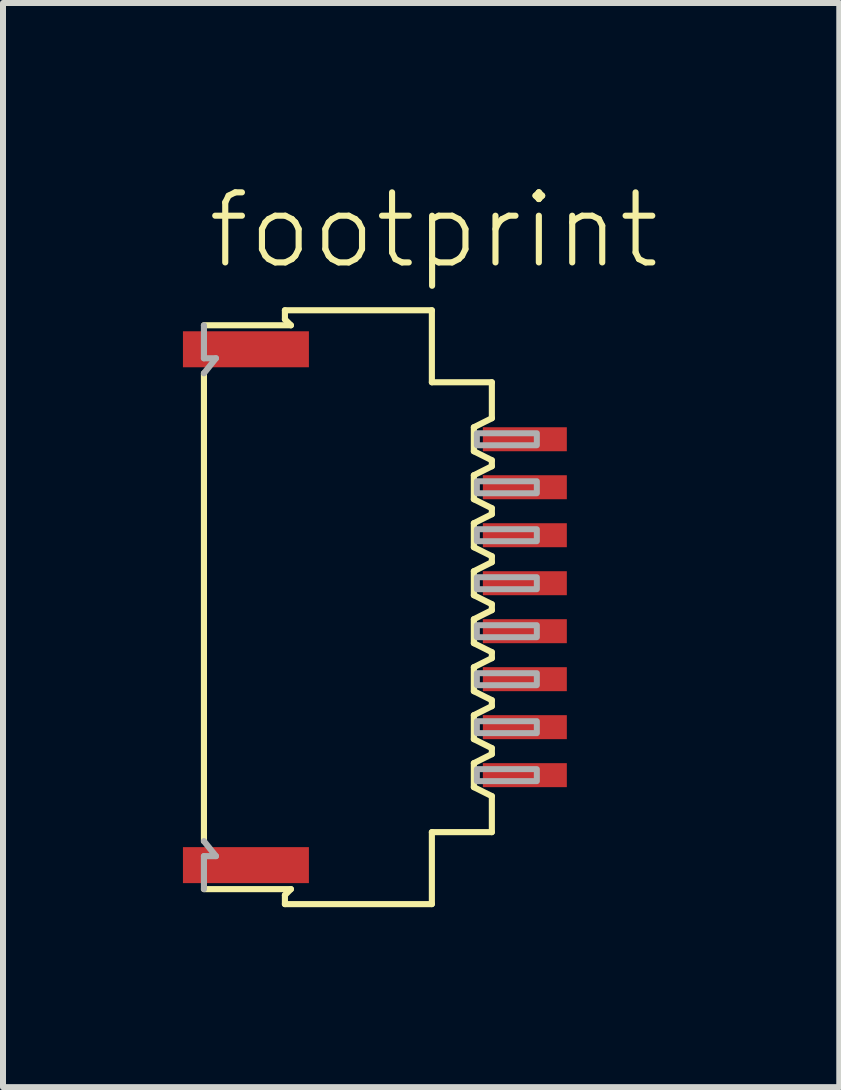
<source format=kicad_pcb>
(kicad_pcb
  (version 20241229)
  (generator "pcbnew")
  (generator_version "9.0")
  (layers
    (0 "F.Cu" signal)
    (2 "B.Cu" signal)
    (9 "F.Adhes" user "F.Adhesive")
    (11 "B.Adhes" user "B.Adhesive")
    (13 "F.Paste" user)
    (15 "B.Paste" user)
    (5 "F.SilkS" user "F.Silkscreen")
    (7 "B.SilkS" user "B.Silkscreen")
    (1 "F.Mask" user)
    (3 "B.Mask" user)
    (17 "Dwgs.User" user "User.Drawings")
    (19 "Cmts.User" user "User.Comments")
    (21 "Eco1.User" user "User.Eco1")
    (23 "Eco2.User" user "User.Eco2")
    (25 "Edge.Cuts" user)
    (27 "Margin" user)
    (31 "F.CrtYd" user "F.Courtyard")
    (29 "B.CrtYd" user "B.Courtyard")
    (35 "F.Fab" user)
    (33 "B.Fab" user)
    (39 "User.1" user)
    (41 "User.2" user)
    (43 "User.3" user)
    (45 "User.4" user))
  (footprint "footprint"
    (layer "F.Cu")
    (at 3.16 7.073)
    (property "Reference" "footprint" (at -2.8 -5.6 0) (layer "F.SilkS") (effects (font (size 1.168 1.168) (thickness 0.102)) (justify left bottom)))
    (fp_line (start -2.81 -3.9) (end -2.81 3.9) (stroke (width 0.102) (type solid)) (layer "F.SilkS"))
    (fp_line (start -1.46 -4.95) (end -1.46 -4.8) (stroke (width 0.102) (type solid)) (layer "F.SilkS"))
    (fp_line (start -1.46 -4.8) (end -1.36 -4.7) (stroke (width 0.102) (type solid)) (layer "F.SilkS"))
    (fp_line (start -1.46 4.8) (end -1.46 4.95) (stroke (width 0.102) (type solid)) (layer "F.SilkS"))
    (fp_line (start -1.36 -4.7) (end -2.81 -4.7) (stroke (width 0.102) (type solid)) (layer "F.SilkS"))
    (fp_line (start -1.36 4.7) (end -2.81 4.7) (stroke (width 0.102) (type solid)) (layer "F.SilkS"))
    (fp_line (start -1.36 4.7) (end -1.46 4.8) (stroke (width 0.102) (type solid)) (layer "F.SilkS"))
    (fp_line (start 0.99 -4.95) (end -1.46 -4.95) (stroke (width 0.102) (type solid)) (layer "F.SilkS"))
    (fp_line (start 0.99 -3.75) (end 0.99 -4.95) (stroke (width 0.102) (type solid)) (layer "F.SilkS"))
    (fp_line (start 0.99 3.75) (end 1.99 3.75) (stroke (width 0.102) (type solid)) (layer "F.SilkS"))
    (fp_line (start 0.99 4.95) (end -1.46 4.95) (stroke (width 0.102) (type solid)) (layer "F.SilkS"))
    (fp_line (start 0.99 4.95) (end 0.99 3.75) (stroke (width 0.102) (type solid)) (layer "F.SilkS"))
    (fp_line (start 1.69 -3) (end 1.99 -3.15) (stroke (width 0.102) (type solid)) (layer "F.SilkS"))
    (fp_line (start 1.69 -2.6) (end 1.69 -3) (stroke (width 0.102) (type solid)) (layer "F.SilkS"))
    (fp_line (start 1.69 -2.2) (end 1.69 -1.8) (stroke (width 0.102) (type solid)) (layer "F.SilkS"))
    (fp_line (start 1.69 -1.8) (end 1.99 -1.65) (stroke (width 0.102) (type solid)) (layer "F.SilkS"))
    (fp_line (start 1.69 -1) (end 1.69 -1.4) (stroke (width 0.102) (type solid)) (layer "F.SilkS"))
    (fp_line (start 1.69 -0.6) (end 1.69 -0.2) (stroke (width 0.102) (type solid)) (layer "F.SilkS"))
    (fp_line (start 1.69 -0.2) (end 1.99 -0.05) (stroke (width 0.102) (type solid)) (layer "F.SilkS"))
    (fp_line (start 1.69 0.6) (end 1.69 0.2) (stroke (width 0.102) (type solid)) (layer "F.SilkS"))
    (fp_line (start 1.69 1) (end 1.69 1.4) (stroke (width 0.102) (type solid)) (layer "F.SilkS"))
    (fp_line (start 1.69 1.4) (end 1.99 1.55) (stroke (width 0.102) (type solid)) (layer "F.SilkS"))
    (fp_line (start 1.69 2.2) (end 1.69 1.8) (stroke (width 0.102) (type solid)) (layer "F.SilkS"))
    (fp_line (start 1.69 2.6) (end 1.69 3) (stroke (width 0.102) (type solid)) (layer "F.SilkS"))
    (fp_line (start 1.69 3) (end 1.99 3.15) (stroke (width 0.102) (type solid)) (layer "F.SilkS"))
    (fp_line (start 1.99 -3.75) (end 0.99 -3.75) (stroke (width 0.102) (type solid)) (layer "F.SilkS"))
    (fp_line (start 1.99 -3.15) (end 1.99 -3.75) (stroke (width 0.102) (type solid)) (layer "F.SilkS"))
    (fp_line (start 1.99 -2.45) (end 1.69 -2.6) (stroke (width 0.102) (type solid)) (layer "F.SilkS"))
    (fp_line (start 1.99 -2.45) (end 1.99 -2.35) (stroke (width 0.102) (type solid)) (layer "F.SilkS"))
    (fp_line (start 1.99 -2.35) (end 1.69 -2.2) (stroke (width 0.102) (type solid)) (layer "F.SilkS"))
    (fp_line (start 1.99 -1.65) (end 1.99 -1.55) (stroke (width 0.102) (type solid)) (layer "F.SilkS"))
    (fp_line (start 1.99 -1.55) (end 1.69 -1.4) (stroke (width 0.102) (type solid)) (layer "F.SilkS"))
    (fp_line (start 1.99 -0.85) (end 1.69 -1) (stroke (width 0.102) (type solid)) (layer "F.SilkS"))
    (fp_line (start 1.99 -0.85) (end 1.99 -0.75) (stroke (width 0.102) (type solid)) (layer "F.SilkS"))
    (fp_line (start 1.99 -0.75) (end 1.69 -0.6) (stroke (width 0.102) (type solid)) (layer "F.SilkS"))
    (fp_line (start 1.99 -0.05) (end 1.99 0.05) (stroke (width 0.102) (type solid)) (layer "F.SilkS"))
    (fp_line (start 1.99 0.05) (end 1.69 0.2) (stroke (width 0.102) (type solid)) (layer "F.SilkS"))
    (fp_line (start 1.99 0.75) (end 1.69 0.6) (stroke (width 0.102) (type solid)) (layer "F.SilkS"))
    (fp_line (start 1.99 0.75) (end 1.99 0.85) (stroke (width 0.102) (type solid)) (layer "F.SilkS"))
    (fp_line (start 1.99 0.85) (end 1.69 1) (stroke (width 0.102) (type solid)) (layer "F.SilkS"))
    (fp_line (start 1.99 1.55) (end 1.99 1.65) (stroke (width 0.102) (type solid)) (layer "F.SilkS"))
    (fp_line (start 1.99 1.65) (end 1.69 1.8) (stroke (width 0.102) (type solid)) (layer "F.SilkS"))
    (fp_line (start 1.99 2.35) (end 1.69 2.2) (stroke (width 0.102) (type solid)) (layer "F.SilkS"))
    (fp_line (start 1.99 2.35) (end 1.99 2.45) (stroke (width 0.102) (type solid)) (layer "F.SilkS"))
    (fp_line (start 1.99 2.45) (end 1.69 2.6) (stroke (width 0.102) (type solid)) (layer "F.SilkS"))
    (fp_line (start 1.99 3.75) (end 1.99 3.15) (stroke (width 0.102) (type solid)) (layer "F.SilkS"))
    (fp_line (start -2.81 -4.7) (end -2.81 -4.15) (stroke (width 0.102) (type solid)) (layer "F.Fab"))
    (fp_line (start -2.81 -4.15) (end -2.61 -4.15) (stroke (width 0.102) (type solid)) (layer "F.Fab"))
    (fp_line (start -2.81 3.9) (end -2.61 4.15) (stroke (width 0.102) (type solid)) (layer "F.Fab"))
    (fp_line (start -2.81 4.15) (end -2.81 4.7) (stroke (width 0.102) (type solid)) (layer "F.Fab"))
    (fp_line (start -2.81 4.15) (end -2.61 4.15) (stroke (width 0.102) (type solid)) (layer "F.Fab"))
    (fp_line (start -2.61 -4.15) (end -2.81 -3.9) (stroke (width 0.102) (type solid)) (layer "F.Fab"))
    (fp_poly (pts (xy 1.74 -2.7) (xy 2.74 -2.7) (xy 2.74 -2.9) (xy 1.74 -2.9)) (stroke (width 0.1) (type solid)) (fill no) (layer "F.Fab"))
    (fp_poly (pts (xy 1.74 -1.9) (xy 2.74 -1.9) (xy 2.74 -2.1) (xy 1.74 -2.1)) (stroke (width 0.1) (type solid)) (fill no) (layer "F.Fab"))
    (fp_poly (pts (xy 1.74 -1.1) (xy 2.74 -1.1) (xy 2.74 -1.3) (xy 1.74 -1.3)) (stroke (width 0.1) (type solid)) (fill no) (layer "F.Fab"))
    (fp_poly (pts (xy 1.74 -0.3) (xy 2.74 -0.3) (xy 2.74 -0.5) (xy 1.74 -0.5)) (stroke (width 0.1) (type solid)) (fill no) (layer "F.Fab"))
    (fp_poly (pts (xy 1.74 0.5) (xy 2.74 0.5) (xy 2.74 0.3) (xy 1.74 0.3)) (stroke (width 0.1) (type solid)) (fill no) (layer "F.Fab"))
    (fp_poly (pts (xy 1.74 1.3) (xy 2.74 1.3) (xy 2.74 1.1) (xy 1.74 1.1)) (stroke (width 0.1) (type solid)) (fill no) (layer "F.Fab"))
    (fp_poly (pts (xy 1.74 2.1) (xy 2.74 2.1) (xy 2.74 1.9) (xy 1.74 1.9)) (stroke (width 0.1) (type solid)) (fill no) (layer "F.Fab"))
    (fp_poly (pts (xy 1.74 2.9) (xy 2.74 2.9) (xy 2.74 2.7) (xy 1.74 2.7)) (stroke (width 0.1) (type solid)) (fill no) (layer "F.Fab"))
    (pad "1" smd rect (at 2.54 -2.8) (size 1.4 0.4) (layers "F.Cu" "F.Mask" "F.Paste"))
    (pad "2" smd rect (at 2.54 -2) (size 1.4 0.4) (layers "F.Cu" "F.Mask" "F.Paste"))
    (pad "3" smd rect (at 2.54 -1.2) (size 1.4 0.4) (layers "F.Cu" "F.Mask" "F.Paste"))
    (pad "4" smd rect (at 2.54 -0.4) (size 1.4 0.4) (layers "F.Cu" "F.Mask" "F.Paste"))
    (pad "5" smd rect (at 2.54 0.4) (size 1.4 0.4) (layers "F.Cu" "F.Mask" "F.Paste"))
    (pad "6" smd rect (at 2.54 1.2) (size 1.4 0.4) (layers "F.Cu" "F.Mask" "F.Paste"))
    (pad "7" smd rect (at 2.54 2) (size 1.4 0.4) (layers "F.Cu" "F.Mask" "F.Paste"))
    (pad "8" smd rect (at 2.54 2.8) (size 1.4 0.4) (layers "F.Cu" "F.Mask" "F.Paste"))
    (pad "M1" smd rect (at -2.11 -4.3) (size 2.1 0.6) (layers "F.Cu" "F.Mask" "F.Paste"))
    (pad "M2" smd rect (at -2.11 4.3) (size 2.1 0.6) (layers "F.Cu" "F.Mask" "F.Paste")))
  (gr_rect
    (start -3 -3)
    (end 10.942 15.074)
    (stroke (width 0.1) (type default))
    (fill no)
    (layer "Edge.Cuts")))
</source>
